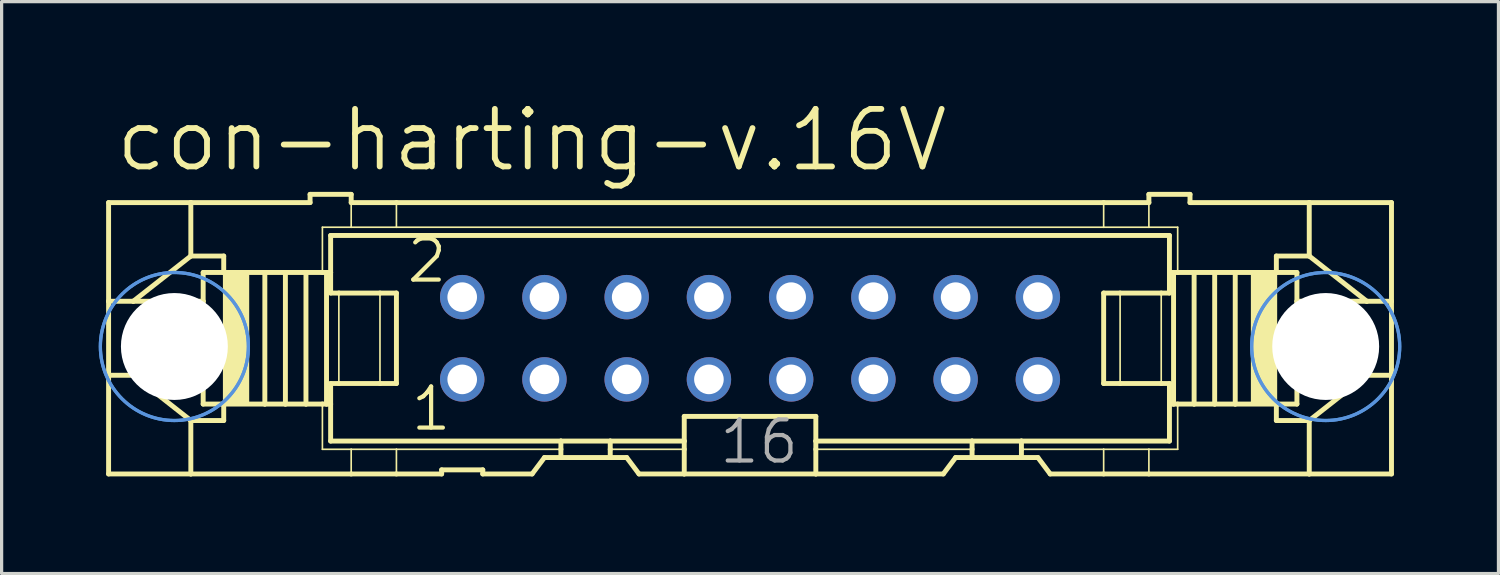
<source format=kicad_pcb>
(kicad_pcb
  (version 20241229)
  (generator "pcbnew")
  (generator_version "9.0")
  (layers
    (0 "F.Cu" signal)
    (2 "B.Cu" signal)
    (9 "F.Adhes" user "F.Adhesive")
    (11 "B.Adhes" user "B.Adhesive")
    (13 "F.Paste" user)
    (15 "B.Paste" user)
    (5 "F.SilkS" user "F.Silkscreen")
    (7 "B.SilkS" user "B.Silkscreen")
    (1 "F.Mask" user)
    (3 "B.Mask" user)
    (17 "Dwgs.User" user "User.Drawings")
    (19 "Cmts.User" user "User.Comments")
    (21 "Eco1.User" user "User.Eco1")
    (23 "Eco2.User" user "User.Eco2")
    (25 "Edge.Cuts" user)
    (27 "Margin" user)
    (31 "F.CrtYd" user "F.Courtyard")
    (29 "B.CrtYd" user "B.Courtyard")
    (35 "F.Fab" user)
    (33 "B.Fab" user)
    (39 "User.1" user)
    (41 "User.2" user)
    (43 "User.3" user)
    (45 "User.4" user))
  (footprint "con-harting-v.16V"
    (layer "F.Cu")
    (at 20.116 7.398)
    (property "Reference" "con-harting-v.16V" (at -19.685 -5.08 0) (layer "F.SilkS") (effects (font (size 1.778 1.778) (thickness 0.18)) (justify left bottom)))
    (attr through_hole)
    (fp_line (start -19.812 -4.191) (end -19.812 -1.143) (stroke (width 0.152) (type default)) (layer "F.SilkS"))
    (fp_line (start -19.812 -4.191) (end -17.272 -4.191) (stroke (width 0.152) (type default)) (layer "F.SilkS"))
    (fp_line (start -19.812 -1.143) (end -19.812 1.143) (stroke (width 0.152) (type default)) (layer "F.SilkS"))
    (fp_line (start -19.812 -1.143) (end -19.05 -1.143) (stroke (width 0.152) (type default)) (layer "F.SilkS"))
    (fp_line (start -19.812 1.143) (end -19.812 4.191) (stroke (width 0.152) (type default)) (layer "F.SilkS"))
    (fp_line (start -19.812 1.143) (end -19.05 1.143) (stroke (width 0.152) (type default)) (layer "F.SilkS"))
    (fp_line (start -19.05 -1.143) (end -16.891 -1.143) (stroke (width 0.152) (type default)) (layer "F.SilkS"))
    (fp_line (start -19.05 1.143) (end -16.891 1.143) (stroke (width 0.152) (type default)) (layer "F.SilkS"))
    (fp_line (start -17.272 -4.191) (end -17.272 -2.54) (stroke (width 0.152) (type default)) (layer "F.SilkS"))
    (fp_line (start -17.272 -2.54) (end -19.05 -1.143) (stroke (width 0.152) (type default)) (layer "F.SilkS"))
    (fp_line (start -17.272 2.54) (end -19.05 1.143) (stroke (width 0.152) (type default)) (layer "F.SilkS"))
    (fp_line (start -17.272 2.54) (end -17.272 4.191) (stroke (width 0.152) (type default)) (layer "F.SilkS"))
    (fp_line (start -17.272 4.191) (end -19.812 4.191) (stroke (width 0.152) (type default)) (layer "F.SilkS"))
    (fp_line (start -16.891 -1.143) (end -16.891 -2.032) (stroke (width 0.152) (type default)) (layer "F.SilkS"))
    (fp_line (start -16.891 1.143) (end -16.891 -1.143) (stroke (width 0.152) (type default)) (layer "F.SilkS"))
    (fp_line (start -16.891 2.032) (end -16.891 1.143) (stroke (width 0.152) (type default)) (layer "F.SilkS"))
    (fp_line (start -16.256 -2.54) (end -17.272 -2.54) (stroke (width 0.152) (type default)) (layer "F.SilkS"))
    (fp_line (start -16.256 -2.54) (end -16.256 -2.032) (stroke (width 0.152) (type default)) (layer "F.SilkS"))
    (fp_line (start -16.256 -2.032) (end -16.891 -2.032) (stroke (width 0.152) (type default)) (layer "F.SilkS"))
    (fp_line (start -16.256 2.032) (end -16.891 2.032) (stroke (width 0.152) (type default)) (layer "F.SilkS"))
    (fp_line (start -16.256 2.032) (end -16.256 2.54) (stroke (width 0.152) (type default)) (layer "F.SilkS"))
    (fp_line (start -16.256 2.54) (end -17.272 2.54) (stroke (width 0.152) (type default)) (layer "F.SilkS"))
    (fp_line (start -14.986 -2.032) (end -16.256 -2.032) (stroke (width 0.152) (type default)) (layer "F.SilkS"))
    (fp_line (start -14.986 2.032) (end -16.256 2.032) (stroke (width 0.152) (type default)) (layer "F.SilkS"))
    (fp_line (start -14.986 2.032) (end -14.986 -2.032) (stroke (width 0.152) (type default)) (layer "F.SilkS"))
    (fp_line (start -14.351 -2.032) (end -14.986 -2.032) (stroke (width 0.152) (type default)) (layer "F.SilkS"))
    (fp_line (start -14.351 2.032) (end -14.986 2.032) (stroke (width 0.152) (type default)) (layer "F.SilkS"))
    (fp_line (start -14.351 2.032) (end -14.351 -2.032) (stroke (width 0.152) (type default)) (layer "F.SilkS"))
    (fp_line (start -13.716 -2.032) (end -14.351 -2.032) (stroke (width 0.152) (type default)) (layer "F.SilkS"))
    (fp_line (start -13.716 2.032) (end -14.351 2.032) (stroke (width 0.152) (type default)) (layer "F.SilkS"))
    (fp_line (start -13.716 2.032) (end -13.716 -2.032) (stroke (width 0.152) (type default)) (layer "F.SilkS"))
    (fp_line (start -13.589 -4.445) (end -13.589 -4.191) (stroke (width 0.152) (type default)) (layer "F.SilkS"))
    (fp_line (start -13.589 -4.445) (end -12.319 -4.445) (stroke (width 0.152) (type default)) (layer "F.SilkS"))
    (fp_line (start -13.589 -4.191) (end -17.272 -4.191) (stroke (width 0.152) (type default)) (layer "F.SilkS"))
    (fp_line (start -13.208 -3.429) (end -13.208 -2.032) (stroke (width 0.051) (type default)) (layer "F.SilkS"))
    (fp_line (start -13.208 -2.032) (end -13.716 -2.032) (stroke (width 0.152) (type default)) (layer "F.SilkS"))
    (fp_line (start -13.208 2.032) (end -13.716 2.032) (stroke (width 0.152) (type default)) (layer "F.SilkS"))
    (fp_line (start -13.208 3.429) (end -13.208 2.032) (stroke (width 0.051) (type default)) (layer "F.SilkS"))
    (fp_line (start -13.081 -2.032) (end -13.208 -2.032) (stroke (width 0.152) (type default)) (layer "F.SilkS"))
    (fp_line (start -13.081 2.032) (end -13.208 2.032) (stroke (width 0.152) (type default)) (layer "F.SilkS"))
    (fp_line (start -13.081 2.032) (end -13.081 -2.032) (stroke (width 0.152) (type default)) (layer "F.SilkS"))
    (fp_line (start -12.954 -3.175) (end 12.954 -3.175) (stroke (width 0.152) (type default)) (layer "F.SilkS"))
    (fp_line (start -12.954 -2.032) (end -13.081 -2.032) (stroke (width 0.152) (type default)) (layer "F.SilkS"))
    (fp_line (start -12.954 -2.032) (end -12.954 -3.175) (stroke (width 0.152) (type default)) (layer "F.SilkS"))
    (fp_line (start -12.954 -1.397) (end -12.954 -2.032) (stroke (width 0.152) (type default)) (layer "F.SilkS"))
    (fp_line (start -12.954 -1.397) (end -12.7 -1.397) (stroke (width 0.152) (type default)) (layer "F.SilkS"))
    (fp_line (start -12.954 2.032) (end -13.081 2.032) (stroke (width 0.152) (type default)) (layer "F.SilkS"))
    (fp_line (start -12.954 2.032) (end -12.954 1.397) (stroke (width 0.152) (type default)) (layer "F.SilkS"))
    (fp_line (start -12.954 3.175) (end -12.954 2.032) (stroke (width 0.152) (type default)) (layer "F.SilkS"))
    (fp_line (start -12.7 -1.397) (end -11.43 -1.397) (stroke (width 0.152) (type default)) (layer "F.SilkS"))
    (fp_line (start -12.7 1.397) (end -12.954 1.397) (stroke (width 0.152) (type default)) (layer "F.SilkS"))
    (fp_line (start -12.7 1.397) (end -12.7 -1.397) (stroke (width 0.051) (type default)) (layer "F.SilkS"))
    (fp_line (start -12.319 -4.445) (end -12.319 -4.191) (stroke (width 0.152) (type default)) (layer "F.SilkS"))
    (fp_line (start -12.319 -3.429) (end -13.208 -3.429) (stroke (width 0.051) (type default)) (layer "F.SilkS"))
    (fp_line (start -12.319 -3.429) (end -12.319 -4.191) (stroke (width 0.051) (type default)) (layer "F.SilkS"))
    (fp_line (start -12.319 -3.429) (end -10.922 -3.429) (stroke (width 0.051) (type default)) (layer "F.SilkS"))
    (fp_line (start -12.319 3.429) (end -13.208 3.429) (stroke (width 0.051) (type default)) (layer "F.SilkS"))
    (fp_line (start -12.319 4.191) (end -17.272 4.191) (stroke (width 0.152) (type default)) (layer "F.SilkS"))
    (fp_line (start -12.319 4.191) (end -12.319 3.429) (stroke (width 0.051) (type default)) (layer "F.SilkS"))
    (fp_line (start -11.43 -1.397) (end -10.922 -1.397) (stroke (width 0.152) (type default)) (layer "F.SilkS"))
    (fp_line (start -11.43 1.397) (end -12.7 1.397) (stroke (width 0.152) (type default)) (layer "F.SilkS"))
    (fp_line (start -11.43 1.397) (end -11.43 -1.397) (stroke (width 0.051) (type default)) (layer "F.SilkS"))
    (fp_line (start -10.922 -4.191) (end -12.319 -4.191) (stroke (width 0.152) (type default)) (layer "F.SilkS"))
    (fp_line (start -10.922 -4.191) (end 10.922 -4.191) (stroke (width 0.152) (type default)) (layer "F.SilkS"))
    (fp_line (start -10.922 -3.429) (end -10.922 -4.191) (stroke (width 0.051) (type default)) (layer "F.SilkS"))
    (fp_line (start -10.922 -3.429) (end 10.922 -3.429) (stroke (width 0.051) (type default)) (layer "F.SilkS"))
    (fp_line (start -10.922 1.397) (end -11.43 1.397) (stroke (width 0.152) (type default)) (layer "F.SilkS"))
    (fp_line (start -10.922 1.397) (end -10.922 -1.397) (stroke (width 0.152) (type default)) (layer "F.SilkS"))
    (fp_line (start -10.922 3.429) (end -12.319 3.429) (stroke (width 0.051) (type default)) (layer "F.SilkS"))
    (fp_line (start -10.922 4.191) (end -12.319 4.191) (stroke (width 0.152) (type default)) (layer "F.SilkS"))
    (fp_line (start -10.922 4.191) (end -10.922 3.429) (stroke (width 0.051) (type default)) (layer "F.SilkS"))
    (fp_line (start -9.525 4.191) (end -10.922 4.191) (stroke (width 0.152) (type default)) (layer "F.SilkS"))
    (fp_line (start -9.525 4.191) (end -9.525 4.064) (stroke (width 0.152) (type default)) (layer "F.SilkS"))
    (fp_line (start -8.255 4.064) (end -9.525 4.064) (stroke (width 0.152) (type default)) (layer "F.SilkS"))
    (fp_line (start -8.255 4.064) (end -8.255 4.191) (stroke (width 0.152) (type default)) (layer "F.SilkS"))
    (fp_line (start -6.731 4.191) (end -8.255 4.191) (stroke (width 0.152) (type default)) (layer "F.SilkS"))
    (fp_line (start -6.731 4.191) (end -6.35 3.683) (stroke (width 0.152) (type default)) (layer "F.SilkS"))
    (fp_line (start -5.842 3.175) (end -12.954 3.175) (stroke (width 0.152) (type default)) (layer "F.SilkS"))
    (fp_line (start -5.842 3.175) (end -5.842 3.429) (stroke (width 0.152) (type default)) (layer "F.SilkS"))
    (fp_line (start -5.842 3.429) (end -10.922 3.429) (stroke (width 0.051) (type default)) (layer "F.SilkS"))
    (fp_line (start -5.842 3.429) (end -5.842 3.683) (stroke (width 0.152) (type default)) (layer "F.SilkS"))
    (fp_line (start -5.842 3.683) (end -6.35 3.683) (stroke (width 0.152) (type default)) (layer "F.SilkS"))
    (fp_line (start -4.318 3.175) (end -5.842 3.175) (stroke (width 0.152) (type default)) (layer "F.SilkS"))
    (fp_line (start -4.318 3.175) (end -4.318 3.429) (stroke (width 0.152) (type default)) (layer "F.SilkS"))
    (fp_line (start -4.318 3.429) (end -4.318 3.683) (stroke (width 0.152) (type default)) (layer "F.SilkS"))
    (fp_line (start -4.318 3.683) (end -5.842 3.683) (stroke (width 0.152) (type default)) (layer "F.SilkS"))
    (fp_line (start -3.81 3.683) (end -4.318 3.683) (stroke (width 0.152) (type default)) (layer "F.SilkS"))
    (fp_line (start -3.81 3.683) (end -3.429 4.191) (stroke (width 0.152) (type default)) (layer "F.SilkS"))
    (fp_line (start -2.032 3.175) (end -4.318 3.175) (stroke (width 0.152) (type default)) (layer "F.SilkS"))
    (fp_line (start -2.032 3.175) (end -2.032 2.413) (stroke (width 0.152) (type default)) (layer "F.SilkS"))
    (fp_line (start -2.032 3.175) (end -2.032 3.429) (stroke (width 0.152) (type default)) (layer "F.SilkS"))
    (fp_line (start -2.032 3.429) (end -4.318 3.429) (stroke (width 0.051) (type default)) (layer "F.SilkS"))
    (fp_line (start -2.032 3.429) (end -2.032 4.191) (stroke (width 0.152) (type default)) (layer "F.SilkS"))
    (fp_line (start -2.032 4.191) (end -3.429 4.191) (stroke (width 0.152) (type default)) (layer "F.SilkS"))
    (fp_line (start 2.032 2.413) (end -2.032 2.413) (stroke (width 0.152) (type default)) (layer "F.SilkS"))
    (fp_line (start 2.032 2.413) (end 2.032 3.175) (stroke (width 0.152) (type default)) (layer "F.SilkS"))
    (fp_line (start 2.032 3.175) (end 2.032 3.429) (stroke (width 0.152) (type default)) (layer "F.SilkS"))
    (fp_line (start 2.032 3.429) (end 2.032 4.191) (stroke (width 0.152) (type default)) (layer "F.SilkS"))
    (fp_line (start 2.032 4.191) (end -2.032 4.191) (stroke (width 0.152) (type default)) (layer "F.SilkS"))
    (fp_line (start 5.969 4.191) (end 2.032 4.191) (stroke (width 0.152) (type default)) (layer "F.SilkS"))
    (fp_line (start 5.969 4.191) (end 6.35 3.683) (stroke (width 0.152) (type default)) (layer "F.SilkS"))
    (fp_line (start 6.858 3.175) (end 2.032 3.175) (stroke (width 0.152) (type default)) (layer "F.SilkS"))
    (fp_line (start 6.858 3.175) (end 6.858 3.429) (stroke (width 0.152) (type default)) (layer "F.SilkS"))
    (fp_line (start 6.858 3.429) (end 2.032 3.429) (stroke (width 0.051) (type default)) (layer "F.SilkS"))
    (fp_line (start 6.858 3.429) (end 6.858 3.683) (stroke (width 0.152) (type default)) (layer "F.SilkS"))
    (fp_line (start 6.858 3.683) (end 6.35 3.683) (stroke (width 0.152) (type default)) (layer "F.SilkS"))
    (fp_line (start 8.382 3.175) (end 6.858 3.175) (stroke (width 0.152) (type default)) (layer "F.SilkS"))
    (fp_line (start 8.382 3.175) (end 8.382 3.429) (stroke (width 0.152) (type default)) (layer "F.SilkS"))
    (fp_line (start 8.382 3.429) (end 8.382 3.683) (stroke (width 0.152) (type default)) (layer "F.SilkS"))
    (fp_line (start 8.382 3.429) (end 10.922 3.429) (stroke (width 0.051) (type default)) (layer "F.SilkS"))
    (fp_line (start 8.382 3.683) (end 6.858 3.683) (stroke (width 0.152) (type default)) (layer "F.SilkS"))
    (fp_line (start 8.89 3.683) (end 8.382 3.683) (stroke (width 0.152) (type default)) (layer "F.SilkS"))
    (fp_line (start 8.89 3.683) (end 9.271 4.191) (stroke (width 0.152) (type default)) (layer "F.SilkS"))
    (fp_line (start 10.922 -4.191) (end 10.922 -3.429) (stroke (width 0.051) (type default)) (layer "F.SilkS"))
    (fp_line (start 10.922 -4.191) (end 12.319 -4.191) (stroke (width 0.152) (type default)) (layer "F.SilkS"))
    (fp_line (start 10.922 -1.397) (end 10.922 1.397) (stroke (width 0.152) (type default)) (layer "F.SilkS"))
    (fp_line (start 10.922 -1.397) (end 11.43 -1.397) (stroke (width 0.152) (type default)) (layer "F.SilkS"))
    (fp_line (start 10.922 3.429) (end 10.922 4.191) (stroke (width 0.051) (type default)) (layer "F.SilkS"))
    (fp_line (start 10.922 3.429) (end 12.319 3.429) (stroke (width 0.051) (type default)) (layer "F.SilkS"))
    (fp_line (start 10.922 4.191) (end 9.271 4.191) (stroke (width 0.152) (type default)) (layer "F.SilkS"))
    (fp_line (start 11.43 -1.397) (end 11.43 1.397) (stroke (width 0.051) (type default)) (layer "F.SilkS"))
    (fp_line (start 11.43 -1.397) (end 12.7 -1.397) (stroke (width 0.152) (type default)) (layer "F.SilkS"))
    (fp_line (start 11.43 1.397) (end 10.922 1.397) (stroke (width 0.152) (type default)) (layer "F.SilkS"))
    (fp_line (start 12.319 -4.191) (end 12.319 -4.445) (stroke (width 0.152) (type default)) (layer "F.SilkS"))
    (fp_line (start 12.319 -4.191) (end 12.319 -3.429) (stroke (width 0.051) (type default)) (layer "F.SilkS"))
    (fp_line (start 12.319 -3.429) (end 10.922 -3.429) (stroke (width 0.051) (type default)) (layer "F.SilkS"))
    (fp_line (start 12.319 -3.429) (end 13.208 -3.429) (stroke (width 0.051) (type default)) (layer "F.SilkS"))
    (fp_line (start 12.319 3.429) (end 12.319 4.191) (stroke (width 0.051) (type default)) (layer "F.SilkS"))
    (fp_line (start 12.319 3.429) (end 13.208 3.429) (stroke (width 0.051) (type default)) (layer "F.SilkS"))
    (fp_line (start 12.319 4.191) (end 10.922 4.191) (stroke (width 0.152) (type default)) (layer "F.SilkS"))
    (fp_line (start 12.7 -1.397) (end 12.7 1.397) (stroke (width 0.051) (type default)) (layer "F.SilkS"))
    (fp_line (start 12.7 -1.397) (end 12.954 -1.397) (stroke (width 0.152) (type default)) (layer "F.SilkS"))
    (fp_line (start 12.7 1.397) (end 11.43 1.397) (stroke (width 0.152) (type default)) (layer "F.SilkS"))
    (fp_line (start 12.954 -3.175) (end 12.954 -2.032) (stroke (width 0.152) (type default)) (layer "F.SilkS"))
    (fp_line (start 12.954 -2.032) (end 12.954 -1.397) (stroke (width 0.152) (type default)) (layer "F.SilkS"))
    (fp_line (start 12.954 -2.032) (end 13.081 -2.032) (stroke (width 0.152) (type default)) (layer "F.SilkS"))
    (fp_line (start 12.954 1.397) (end 12.7 1.397) (stroke (width 0.152) (type default)) (layer "F.SilkS"))
    (fp_line (start 12.954 1.397) (end 12.954 2.032) (stroke (width 0.152) (type default)) (layer "F.SilkS"))
    (fp_line (start 12.954 2.032) (end 12.954 3.175) (stroke (width 0.152) (type default)) (layer "F.SilkS"))
    (fp_line (start 12.954 2.032) (end 13.081 2.032) (stroke (width 0.152) (type default)) (layer "F.SilkS"))
    (fp_line (start 12.954 3.175) (end 8.382 3.175) (stroke (width 0.152) (type default)) (layer "F.SilkS"))
    (fp_line (start 13.081 -2.032) (end 13.081 2.032) (stroke (width 0.152) (type default)) (layer "F.SilkS"))
    (fp_line (start 13.081 -2.032) (end 13.208 -2.032) (stroke (width 0.152) (type default)) (layer "F.SilkS"))
    (fp_line (start 13.081 2.032) (end 13.208 2.032) (stroke (width 0.152) (type default)) (layer "F.SilkS"))
    (fp_line (start 13.208 -3.429) (end 13.208 -2.032) (stroke (width 0.051) (type default)) (layer "F.SilkS"))
    (fp_line (start 13.208 -2.032) (end 13.716 -2.032) (stroke (width 0.152) (type default)) (layer "F.SilkS"))
    (fp_line (start 13.208 2.032) (end 13.716 2.032) (stroke (width 0.152) (type default)) (layer "F.SilkS"))
    (fp_line (start 13.208 3.429) (end 13.208 2.032) (stroke (width 0.051) (type default)) (layer "F.SilkS"))
    (fp_line (start 13.589 -4.445) (end 12.319 -4.445) (stroke (width 0.152) (type default)) (layer "F.SilkS"))
    (fp_line (start 13.589 -4.191) (end 13.589 -4.445) (stroke (width 0.152) (type default)) (layer "F.SilkS"))
    (fp_line (start 13.589 -4.191) (end 17.272 -4.191) (stroke (width 0.152) (type default)) (layer "F.SilkS"))
    (fp_line (start 13.716 -2.032) (end 13.716 2.032) (stroke (width 0.152) (type default)) (layer "F.SilkS"))
    (fp_line (start 13.716 -2.032) (end 14.351 -2.032) (stroke (width 0.152) (type default)) (layer "F.SilkS"))
    (fp_line (start 13.716 2.032) (end 14.351 2.032) (stroke (width 0.152) (type default)) (layer "F.SilkS"))
    (fp_line (start 14.351 -2.032) (end 14.351 2.032) (stroke (width 0.152) (type default)) (layer "F.SilkS"))
    (fp_line (start 14.351 -2.032) (end 14.986 -2.032) (stroke (width 0.152) (type default)) (layer "F.SilkS"))
    (fp_line (start 14.351 2.032) (end 14.986 2.032) (stroke (width 0.152) (type default)) (layer "F.SilkS"))
    (fp_line (start 14.986 -2.032) (end 14.986 2.032) (stroke (width 0.152) (type default)) (layer "F.SilkS"))
    (fp_line (start 14.986 -2.032) (end 16.256 -2.032) (stroke (width 0.152) (type default)) (layer "F.SilkS"))
    (fp_line (start 14.986 2.032) (end 16.256 2.032) (stroke (width 0.152) (type default)) (layer "F.SilkS"))
    (fp_line (start 16.256 -2.54) (end 17.272 -2.54) (stroke (width 0.152) (type default)) (layer "F.SilkS"))
    (fp_line (start 16.256 -2.032) (end 16.256 -2.54) (stroke (width 0.152) (type default)) (layer "F.SilkS"))
    (fp_line (start 16.256 -2.032) (end 16.891 -2.032) (stroke (width 0.152) (type default)) (layer "F.SilkS"))
    (fp_line (start 16.256 2.032) (end 16.891 2.032) (stroke (width 0.152) (type default)) (layer "F.SilkS"))
    (fp_line (start 16.256 2.54) (end 16.256 2.032) (stroke (width 0.152) (type default)) (layer "F.SilkS"))
    (fp_line (start 16.256 2.54) (end 17.272 2.54) (stroke (width 0.152) (type default)) (layer "F.SilkS"))
    (fp_line (start 16.891 -2.032) (end 16.891 -1.143) (stroke (width 0.152) (type default)) (layer "F.SilkS"))
    (fp_line (start 16.891 -1.143) (end 16.891 1.143) (stroke (width 0.152) (type default)) (layer "F.SilkS"))
    (fp_line (start 16.891 1.143) (end 16.891 2.032) (stroke (width 0.152) (type default)) (layer "F.SilkS"))
    (fp_line (start 17.272 -4.191) (end 19.812 -4.191) (stroke (width 0.152) (type default)) (layer "F.SilkS"))
    (fp_line (start 17.272 -2.54) (end 17.272 -4.191) (stroke (width 0.152) (type default)) (layer "F.SilkS"))
    (fp_line (start 17.272 -2.54) (end 19.05 -1.143) (stroke (width 0.152) (type default)) (layer "F.SilkS"))
    (fp_line (start 17.272 2.54) (end 19.05 1.143) (stroke (width 0.152) (type default)) (layer "F.SilkS"))
    (fp_line (start 17.272 4.191) (end 12.319 4.191) (stroke (width 0.152) (type default)) (layer "F.SilkS"))
    (fp_line (start 17.272 4.191) (end 17.272 2.54) (stroke (width 0.152) (type default)) (layer "F.SilkS"))
    (fp_line (start 19.05 -1.143) (end 16.891 -1.143) (stroke (width 0.152) (type default)) (layer "F.SilkS"))
    (fp_line (start 19.05 1.143) (end 16.891 1.143) (stroke (width 0.152) (type default)) (layer "F.SilkS"))
    (fp_line (start 19.812 -1.143) (end 19.05 -1.143) (stroke (width 0.152) (type default)) (layer "F.SilkS"))
    (fp_line (start 19.812 -1.143) (end 19.812 -4.191) (stroke (width 0.152) (type default)) (layer "F.SilkS"))
    (fp_line (start 19.812 1.143) (end 19.05 1.143) (stroke (width 0.152) (type default)) (layer "F.SilkS"))
    (fp_line (start 19.812 1.143) (end 19.812 -1.143) (stroke (width 0.152) (type default)) (layer "F.SilkS"))
    (fp_line (start 19.812 4.191) (end 17.272 4.191) (stroke (width 0.152) (type default)) (layer "F.SilkS"))
    (fp_line (start 19.812 4.191) (end 19.812 1.143) (stroke (width 0.152) (type default)) (layer "F.SilkS"))
    (fp_rect (start -16.256 2.032) (end -15.494 -2.032) (stroke (width 0.05) (type default)) (fill yes) (layer "F.SilkS"))
    (fp_rect (start 15.494 2.032) (end 16.256 -2.032) (stroke (width 0.05) (type default)) (fill yes) (layer "F.SilkS"))
    (fp_circle (center -17.78 0.254) (end -15.494 0.254) (stroke (width 0.1) (type default)) (fill no) (layer "Cmts.User"))
    (fp_circle (center -17.78 0.254) (end -15.494 0.254) (stroke (width 0.1) (type default)) (fill no) (layer "Cmts.User"))
    (fp_circle (center 17.78 0.254) (end 20.066 0.254) (stroke (width 0.1) (type default)) (fill no) (layer "Cmts.User"))
    (fp_circle (center 17.78 0.254) (end 20.066 0.254) (stroke (width 0.1) (type default)) (fill no) (layer "Cmts.User"))
    (fp_rect (start -19.05 0.381) (end -17.272 -0.381) (stroke (width 0.05) (type default)) (fill no) (layer "F.Fab"))
    (fp_rect (start -9.144 -1.016) (end -8.636 -1.524) (stroke (width 0.05) (type default)) (fill no) (layer "F.Fab"))
    (fp_rect (start -9.144 1.524) (end -8.636 1.016) (stroke (width 0.05) (type default)) (fill no) (layer "F.Fab"))
    (fp_rect (start -6.604 -1.016) (end -6.096 -1.524) (stroke (width 0.05) (type default)) (fill no) (layer "F.Fab"))
    (fp_rect (start -6.604 1.524) (end -6.096 1.016) (stroke (width 0.05) (type default)) (fill no) (layer "F.Fab"))
    (fp_rect (start -4.064 -1.016) (end -3.556 -1.524) (stroke (width 0.05) (type default)) (fill no) (layer "F.Fab"))
    (fp_rect (start -4.064 1.524) (end -3.556 1.016) (stroke (width 0.05) (type default)) (fill no) (layer "F.Fab"))
    (fp_rect (start -1.524 -1.016) (end -1.016 -1.524) (stroke (width 0.05) (type default)) (fill no) (layer "F.Fab"))
    (fp_rect (start -1.524 1.524) (end -1.016 1.016) (stroke (width 0.05) (type default)) (fill no) (layer "F.Fab"))
    (fp_rect (start 1.016 -1.016) (end 1.524 -1.524) (stroke (width 0.05) (type default)) (fill no) (layer "F.Fab"))
    (fp_rect (start 1.016 1.524) (end 1.524 1.016) (stroke (width 0.05) (type default)) (fill no) (layer "F.Fab"))
    (fp_rect (start 3.556 -1.016) (end 4.064 -1.524) (stroke (width 0.05) (type default)) (fill no) (layer "F.Fab"))
    (fp_rect (start 3.556 1.524) (end 4.064 1.016) (stroke (width 0.05) (type default)) (fill no) (layer "F.Fab"))
    (fp_rect (start 6.096 -1.016) (end 6.604 -1.524) (stroke (width 0.05) (type default)) (fill no) (layer "F.Fab"))
    (fp_rect (start 6.096 1.524) (end 6.604 1.016) (stroke (width 0.05) (type default)) (fill no) (layer "F.Fab"))
    (fp_rect (start 8.636 -1.016) (end 9.144 -1.524) (stroke (width 0.05) (type default)) (fill no) (layer "F.Fab"))
    (fp_rect (start 8.636 1.524) (end 9.144 1.016) (stroke (width 0.05) (type default)) (fill no) (layer "F.Fab"))
    (fp_rect (start 17.272 0.381) (end 19.05 -0.381) (stroke (width 0.05) (type default)) (fill no) (layer "F.Fab"))
    (fp_text user "2" (at -10.668 -1.651 0) (layer "F.SilkS") (effects (font (size 1.27 1.27) (thickness 0.13)) (justify left bottom)))
    (fp_text user "1" (at -10.541 2.921 0) (layer "F.SilkS") (effects (font (size 1.27 1.27) (thickness 0.13)) (justify left bottom)))
    (fp_text user "16" (at -1.016 3.937 0) (layer "F.Fab") (effects (font (size 1.27 1.27) (thickness 0.13)) (justify left bottom)))
    (pad "" np_thru_hole circle (at -17.78 0.254) (size 3.302 3.302) (drill 3.302) (layers "*.Cu" "*.Mask"))
    (pad "" np_thru_hole circle (at 17.78 0.254) (size 3.302 3.302) (drill 3.302) (layers "*.Cu" "*.Mask"))
    (pad "1" thru_hole circle (at -8.89 1.27) (size 1.372 1.372) (drill 0.914) (layers "*.Cu" "*.Mask"))
    (pad "2" thru_hole circle (at -8.89 -1.27) (size 1.372 1.372) (drill 0.914) (layers "*.Cu" "*.Mask"))
    (pad "3" thru_hole circle (at -6.35 1.27) (size 1.372 1.372) (drill 0.914) (layers "*.Cu" "*.Mask"))
    (pad "4" thru_hole circle (at -6.35 -1.27) (size 1.372 1.372) (drill 0.914) (layers "*.Cu" "*.Mask"))
    (pad "5" thru_hole circle (at -3.81 1.27) (size 1.372 1.372) (drill 0.914) (layers "*.Cu" "*.Mask"))
    (pad "6" thru_hole circle (at -3.81 -1.27) (size 1.372 1.372) (drill 0.914) (layers "*.Cu" "*.Mask"))
    (pad "7" thru_hole circle (at -1.27 1.27) (size 1.372 1.372) (drill 0.914) (layers "*.Cu" "*.Mask"))
    (pad "8" thru_hole circle (at -1.27 -1.27) (size 1.372 1.372) (drill 0.914) (layers "*.Cu" "*.Mask"))
    (pad "9" thru_hole circle (at 1.27 1.27) (size 1.372 1.372) (drill 0.914) (layers "*.Cu" "*.Mask"))
    (pad "10" thru_hole circle (at 1.27 -1.27) (size 1.372 1.372) (drill 0.914) (layers "*.Cu" "*.Mask"))
    (pad "11" thru_hole circle (at 3.81 1.27) (size 1.372 1.372) (drill 0.914) (layers "*.Cu" "*.Mask"))
    (pad "12" thru_hole circle (at 3.81 -1.27) (size 1.372 1.372) (drill 0.914) (layers "*.Cu" "*.Mask"))
    (pad "13" thru_hole circle (at 6.35 1.27) (size 1.372 1.372) (drill 0.914) (layers "*.Cu" "*.Mask"))
    (pad "14" thru_hole circle (at 6.35 -1.27) (size 1.372 1.372) (drill 0.914) (layers "*.Cu" "*.Mask"))
    (pad "15" thru_hole circle (at 8.89 1.27) (size 1.372 1.372) (drill 0.914) (layers "*.Cu" "*.Mask"))
    (pad "16" thru_hole circle (at 8.89 -1.27) (size 1.372 1.372) (drill 0.914) (layers "*.Cu" "*.Mask")))
  (gr_rect
    (start -3 -3)
    (end 43.232 14.665)
    (stroke (width 0.1) (type default))
    (fill no)
    (layer "Edge.Cuts")))
</source>
